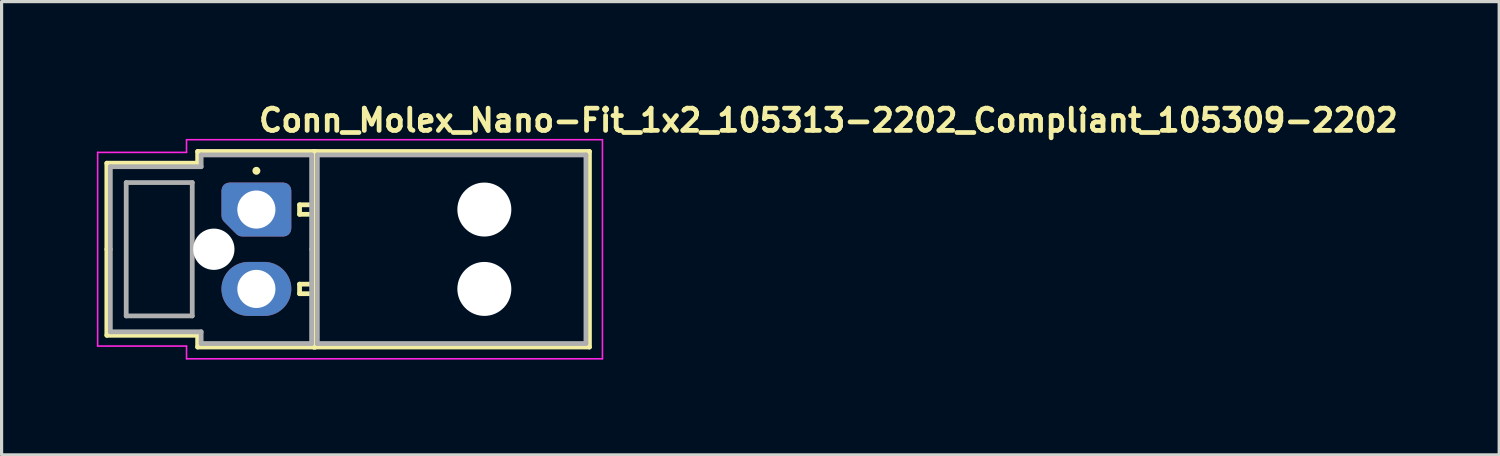
<source format=kicad_pcb>
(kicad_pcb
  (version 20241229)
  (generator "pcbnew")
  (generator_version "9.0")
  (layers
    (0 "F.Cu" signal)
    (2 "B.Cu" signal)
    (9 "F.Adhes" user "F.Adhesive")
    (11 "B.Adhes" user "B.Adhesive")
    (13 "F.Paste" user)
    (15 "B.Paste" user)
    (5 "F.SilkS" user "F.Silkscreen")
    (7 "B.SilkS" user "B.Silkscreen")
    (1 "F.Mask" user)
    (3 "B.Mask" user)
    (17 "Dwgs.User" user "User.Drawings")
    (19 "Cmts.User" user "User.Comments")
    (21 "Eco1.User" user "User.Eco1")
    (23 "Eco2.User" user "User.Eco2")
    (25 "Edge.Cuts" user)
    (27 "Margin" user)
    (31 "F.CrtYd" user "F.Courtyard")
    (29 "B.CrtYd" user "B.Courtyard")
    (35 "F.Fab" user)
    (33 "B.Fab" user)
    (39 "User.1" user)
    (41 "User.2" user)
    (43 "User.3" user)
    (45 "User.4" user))
  (footprint "Conn_Molex_Nano-Fit_1x2_105313-2202_Compliant_105309-2202"
    (layer "F.Cu")
    (at 5.025 3.55)
    (property "Reference" "Conn_Molex_Nano-Fit_1x2_105313-2202_Compliant_105309-2202" (at 0 -2.4 0) (layer "F.SilkS") (effects (font (size 0.7 0.7) (thickness 0.15)) (justify left bottom)))
    (attr through_hole)
    (fp_line (start -4.71 -1.46) (end -4.71 1.25) (stroke (width 0.15) (type solid)) (layer "F.SilkS"))
    (fp_line (start -4.71 3.96) (end -4.71 1.25) (stroke (width 0.15) (type solid)) (layer "F.SilkS"))
    (fp_line (start -1.85 -1.83) (end -1.85 -1.46) (stroke (width 0.15) (type solid)) (layer "F.SilkS"))
    (fp_line (start -1.85 -1.46) (end -4.71 -1.46) (stroke (width 0.15) (type solid)) (layer "F.SilkS"))
    (fp_line (start -1.85 3.96) (end -4.71 3.96) (stroke (width 0.15) (type solid)) (layer "F.SilkS"))
    (fp_line (start -1.85 4.33) (end -1.85 3.96) (stroke (width 0.15) (type solid)) (layer "F.SilkS"))
    (fp_line (start 1.36 -0.15) (end 1.36 0.15) (stroke (width 0.15) (type solid)) (layer "F.SilkS"))
    (fp_line (start 1.36 0.15) (end 1.81 0.15) (stroke (width 0.15) (type solid)) (layer "F.SilkS"))
    (fp_line (start 1.36 2.35) (end 1.36 2.65) (stroke (width 0.15) (type solid)) (layer "F.SilkS"))
    (fp_line (start 1.36 2.65) (end 1.81 2.65) (stroke (width 0.15) (type solid)) (layer "F.SilkS"))
    (fp_line (start 1.81 -1.83) (end 1.81 4.33) (stroke (width 0.15) (type solid)) (layer "F.SilkS"))
    (fp_line (start 1.81 -0.15) (end 1.36 -0.15) (stroke (width 0.15) (type solid)) (layer "F.SilkS"))
    (fp_line (start 1.81 0.15) (end 1.81 -0.15) (stroke (width 0.15) (type solid)) (layer "F.SilkS"))
    (fp_line (start 1.81 2.35) (end 1.36 2.35) (stroke (width 0.15) (type solid)) (layer "F.SilkS"))
    (fp_line (start 1.81 2.65) (end 1.81 2.35) (stroke (width 0.15) (type solid)) (layer "F.SilkS"))
    (fp_line (start 1.81 4.33) (end 10.49 4.33) (stroke (width 0.15) (type solid)) (layer "F.SilkS"))
    (fp_line (start 1.85 -1.83) (end -1.85 -1.83) (stroke (width 0.15) (type solid)) (layer "F.SilkS"))
    (fp_line (start 1.85 1.25) (end 1.85 -1.83) (stroke (width 0.15) (type solid)) (layer "F.SilkS"))
    (fp_line (start 1.85 1.25) (end 1.85 4.33) (stroke (width 0.15) (type solid)) (layer "F.SilkS"))
    (fp_line (start 1.85 4.33) (end -1.85 4.33) (stroke (width 0.15) (type solid)) (layer "F.SilkS"))
    (fp_line (start 10.49 -1.83) (end 1.81 -1.83) (stroke (width 0.15) (type solid)) (layer "F.SilkS"))
    (fp_line (start 10.49 4.33) (end 10.49 -1.83) (stroke (width 0.15) (type solid)) (layer "F.SilkS"))
    (fp_circle (center 0 -1.22) (end 0.05 -1.22) (stroke (width 0.15) (type solid)) (fill yes) (layer "F.SilkS"))
    (fp_line (start -5 4.3) (end -5 -1.8) (stroke (width 0.05) (type solid)) (layer "F.CrtYd"))
    (fp_line (start -2.2 -2.2) (end -2.2 -1.8) (stroke (width 0.05) (type solid)) (layer "F.CrtYd"))
    (fp_line (start -2.2 -1.8) (end -5 -1.8) (stroke (width 0.05) (type solid)) (layer "F.CrtYd"))
    (fp_line (start -2.2 4.3) (end -5 4.3) (stroke (width 0.05) (type solid)) (layer "F.CrtYd"))
    (fp_line (start -2.2 4.7) (end -2.2 4.3) (stroke (width 0.05) (type solid)) (layer "F.CrtYd"))
    (fp_line (start 10.9 -2.2) (end -2.2 -2.2) (stroke (width 0.05) (type solid)) (layer "F.CrtYd"))
    (fp_line (start 10.9 -2.2) (end 10.9 4.7) (stroke (width 0.05) (type solid)) (layer "F.CrtYd"))
    (fp_line (start 10.9 4.7) (end -2.2 4.7) (stroke (width 0.05) (type solid)) (layer "F.CrtYd"))
    (fp_line (start -4.6 -1.35) (end -4.6 1.25) (stroke (width 0.15) (type solid)) (layer "F.Fab"))
    (fp_line (start -4.6 3.85) (end -4.6 1.25) (stroke (width 0.15) (type solid)) (layer "F.Fab"))
    (fp_line (start -4.1 -0.85) (end -4.1 3.35) (stroke (width 0.15) (type solid)) (layer "F.Fab"))
    (fp_line (start -4.1 3.35) (end -2.02 3.35) (stroke (width 0.15) (type solid)) (layer "F.Fab"))
    (fp_line (start -2.02 -0.85) (end -4.1 -0.85) (stroke (width 0.15) (type solid)) (layer "F.Fab"))
    (fp_line (start -2.02 3.35) (end -2.02 -0.85) (stroke (width 0.15) (type solid)) (layer "F.Fab"))
    (fp_line (start -1.74 -1.72) (end -1.74 -1.35) (stroke (width 0.15) (type solid)) (layer "F.Fab"))
    (fp_line (start -1.74 -1.35) (end -4.6 -1.35) (stroke (width 0.15) (type solid)) (layer "F.Fab"))
    (fp_line (start -1.74 3.85) (end -4.6 3.85) (stroke (width 0.15) (type solid)) (layer "F.Fab"))
    (fp_line (start -1.74 4.22) (end -1.74 3.85) (stroke (width 0.15) (type solid)) (layer "F.Fab"))
    (fp_line (start 1.74 -1.72) (end -1.74 -1.72) (stroke (width 0.15) (type solid)) (layer "F.Fab"))
    (fp_line (start 1.74 1.25) (end 1.74 -1.72) (stroke (width 0.15) (type solid)) (layer "F.Fab"))
    (fp_line (start 1.74 1.25) (end 1.74 4.22) (stroke (width 0.15) (type solid)) (layer "F.Fab"))
    (fp_line (start 1.74 4.22) (end -1.74 4.22) (stroke (width 0.15) (type solid)) (layer "F.Fab"))
    (fp_line (start 1.92 -1.72) (end 1.92 4.22) (stroke (width 0.15) (type solid)) (layer "F.Fab"))
    (fp_line (start 1.92 4.22) (end 10.38 4.22) (stroke (width 0.15) (type solid)) (layer "F.Fab"))
    (fp_line (start 10.38 -1.72) (end 1.92 -1.72) (stroke (width 0.15) (type solid)) (layer "F.Fab"))
    (fp_line (start 10.38 4.22) (end 10.38 -1.72) (stroke (width 0.15) (type solid)) (layer "F.Fab"))
    (fp_rect (start 11.84 4.22) (end -0.6 -1.72) (stroke (width 0.1) (type solid)) (fill no) (layer "User.5"))
    (fp_line (start -0.6 2.5) (end -0.598 2.462) (stroke (width 0.02) (type solid)) (layer "User.9"))
    (fp_line (start -0.599 -0.03) (end -0.596 -0.061) (stroke (width 0.02) (type solid)) (layer "User.9"))
    (fp_line (start -0.599 0.001) (end -0.599 -0.03) (stroke (width 0.02) (type solid)) (layer "User.9"))
    (fp_line (start -0.599 0.001) (end -0.599 0.001) (stroke (width 0.02) (type solid)) (layer "User.9"))
    (fp_line (start -0.599 0.031) (end -0.599 0.001) (stroke (width 0.02) (type solid)) (layer "User.9"))
    (fp_line (start -0.598 2.462) (end -0.594 2.423) (stroke (width 0.02) (type solid)) (layer "User.9"))
    (fp_line (start -0.598 2.538) (end -0.6 2.5) (stroke (width 0.02) (type solid)) (layer "User.9"))
    (fp_line (start -0.596 -0.061) (end -0.592 -0.091) (stroke (width 0.02) (type solid)) (layer "User.9"))
    (fp_line (start -0.596 0.062) (end -0.599 0.031) (stroke (width 0.02) (type solid)) (layer "User.9"))
    (fp_line (start -0.594 2.423) (end -0.588 2.385) (stroke (width 0.02) (type solid)) (layer "User.9"))
    (fp_line (start -0.594 2.577) (end -0.598 2.538) (stroke (width 0.02) (type solid)) (layer "User.9"))
    (fp_line (start -0.592 -0.091) (end -0.587 -0.12) (stroke (width 0.02) (type solid)) (layer "User.9"))
    (fp_line (start -0.592 0.092) (end -0.596 0.062) (stroke (width 0.02) (type solid)) (layer "User.9"))
    (fp_line (start -0.588 2.385) (end -0.579 2.346) (stroke (width 0.02) (type solid)) (layer "User.9"))
    (fp_line (start -0.588 2.615) (end -0.594 2.577) (stroke (width 0.02) (type solid)) (layer "User.9"))
    (fp_line (start -0.587 -0.12) (end -0.58 -0.149) (stroke (width 0.02) (type solid)) (layer "User.9"))
    (fp_line (start -0.587 0.121) (end -0.592 0.092) (stroke (width 0.02) (type solid)) (layer "User.9"))
    (fp_line (start -0.58 -0.149) (end -0.572 -0.178) (stroke (width 0.02) (type solid)) (layer "User.9"))
    (fp_line (start -0.58 0.15) (end -0.587 0.121) (stroke (width 0.02) (type solid)) (layer "User.9"))
    (fp_line (start -0.579 2.346) (end -0.568 2.309) (stroke (width 0.02) (type solid)) (layer "User.9"))
    (fp_line (start -0.579 2.654) (end -0.588 2.615) (stroke (width 0.02) (type solid)) (layer "User.9"))
    (fp_line (start -0.572 -0.178) (end -0.563 -0.206) (stroke (width 0.02) (type solid)) (layer "User.9"))
    (fp_line (start -0.572 0.179) (end -0.58 0.15) (stroke (width 0.02) (type solid)) (layer "User.9"))
    (fp_line (start -0.568 2.309) (end -0.554 2.272) (stroke (width 0.02) (type solid)) (layer "User.9"))
    (fp_line (start -0.568 2.691) (end -0.579 2.654) (stroke (width 0.02) (type solid)) (layer "User.9"))
    (fp_line (start -0.563 -0.206) (end -0.552 -0.233) (stroke (width 0.02) (type solid)) (layer "User.9"))
    (fp_line (start -0.563 0.207) (end -0.572 0.179) (stroke (width 0.02) (type solid)) (layer "User.9"))
    (fp_line (start -0.554 2.272) (end -0.538 2.236) (stroke (width 0.02) (type solid)) (layer "User.9"))
    (fp_line (start -0.554 2.728) (end -0.568 2.691) (stroke (width 0.02) (type solid)) (layer "User.9"))
    (fp_line (start -0.552 -0.233) (end -0.54 -0.26) (stroke (width 0.02) (type solid)) (layer "User.9"))
    (fp_line (start -0.552 0.234) (end -0.563 0.207) (stroke (width 0.02) (type solid)) (layer "User.9"))
    (fp_line (start -0.54 -0.26) (end -0.527 -0.285) (stroke (width 0.02) (type solid)) (layer "User.9"))
    (fp_line (start -0.54 0.261) (end -0.552 0.234) (stroke (width 0.02) (type solid)) (layer "User.9"))
    (fp_line (start -0.538 2.236) (end -0.519 2.2) (stroke (width 0.02) (type solid)) (layer "User.9"))
    (fp_line (start -0.538 2.764) (end -0.554 2.728) (stroke (width 0.02) (type solid)) (layer "User.9"))
    (fp_line (start -0.527 -0.285) (end -0.512 -0.311) (stroke (width 0.02) (type solid)) (layer "User.9"))
    (fp_line (start -0.527 0.286) (end -0.54 0.261) (stroke (width 0.02) (type solid)) (layer "User.9"))
    (fp_line (start -0.519 2.2) (end -0.519 2.2) (stroke (width 0.02) (type solid)) (layer "User.9"))
    (fp_line (start -0.519 2.2) (end -0.509 2.183) (stroke (width 0.02) (type solid)) (layer "User.9"))
    (fp_line (start -0.519 2.8) (end -0.538 2.764) (stroke (width 0.02) (type solid)) (layer "User.9"))
    (fp_line (start -0.519 2.8) (end -0.519 2.8) (stroke (width 0.02) (type solid)) (layer "User.9"))
    (fp_line (start -0.512 -0.311) (end -0.497 -0.335) (stroke (width 0.02) (type solid)) (layer "User.9"))
    (fp_line (start -0.512 0.312) (end -0.527 0.286) (stroke (width 0.02) (type solid)) (layer "User.9"))
    (fp_line (start -0.509 2.183) (end -0.498 2.167) (stroke (width 0.02) (type solid)) (layer "User.9"))
    (fp_line (start -0.498 2.167) (end -0.487 2.15) (stroke (width 0.02) (type solid)) (layer "User.9"))
    (fp_line (start -0.498 2.833) (end -0.519 2.8) (stroke (width 0.02) (type solid)) (layer "User.9"))
    (fp_line (start -0.497 -0.335) (end -0.48 -0.358) (stroke (width 0.02) (type solid)) (layer "User.9"))
    (fp_line (start -0.497 0.336) (end -0.512 0.312) (stroke (width 0.02) (type solid)) (layer "User.9"))
    (fp_line (start -0.487 2.15) (end -0.475 2.134) (stroke (width 0.02) (type solid)) (layer "User.9"))
    (fp_line (start -0.48 -0.358) (end -0.462 -0.381) (stroke (width 0.02) (type solid)) (layer "User.9"))
    (fp_line (start -0.48 0.359) (end -0.497 0.336) (stroke (width 0.02) (type solid)) (layer "User.9"))
    (fp_line (start -0.475 2.134) (end -0.463 2.119) (stroke (width 0.02) (type solid)) (layer "User.9"))
    (fp_line (start -0.475 2.866) (end -0.498 2.833) (stroke (width 0.02) (type solid)) (layer "User.9"))
    (fp_line (start -0.463 2.119) (end -0.45 2.104) (stroke (width 0.02) (type solid)) (layer "User.9"))
    (fp_line (start -0.462 -0.381) (end -0.443 -0.403) (stroke (width 0.02) (type solid)) (layer "User.9"))
    (fp_line (start -0.462 0.382) (end -0.48 0.359) (stroke (width 0.02) (type solid)) (layer "User.9"))
    (fp_line (start -0.45 2.104) (end -0.437 2.089) (stroke (width 0.02) (type solid)) (layer "User.9"))
    (fp_line (start -0.45 2.896) (end -0.475 2.866) (stroke (width 0.02) (type solid)) (layer "User.9"))
    (fp_line (start -0.443 -0.403) (end -0.424 -0.424) (stroke (width 0.02) (type solid)) (layer "User.9"))
    (fp_line (start -0.443 0.404) (end -0.462 0.382) (stroke (width 0.02) (type solid)) (layer "User.9"))
    (fp_line (start -0.437 2.089) (end -0.423 2.075) (stroke (width 0.02) (type solid)) (layer "User.9"))
    (fp_line (start -0.424 -0.424) (end -0.403 -0.444) (stroke (width 0.02) (type solid)) (layer "User.9"))
    (fp_line (start -0.424 0.425) (end -0.443 0.404) (stroke (width 0.02) (type solid)) (layer "User.9"))
    (fp_line (start -0.423 2.075) (end -0.409 2.062) (stroke (width 0.02) (type solid)) (layer "User.9"))
    (fp_line (start -0.423 2.925) (end -0.45 2.896) (stroke (width 0.02) (type solid)) (layer "User.9"))
    (fp_line (start -0.409 2.062) (end -0.394 2.049) (stroke (width 0.02) (type solid)) (layer "User.9"))
    (fp_line (start -0.403 -0.444) (end -0.381 -0.462) (stroke (width 0.02) (type solid)) (layer "User.9"))
    (fp_line (start -0.403 0.445) (end -0.424 0.425) (stroke (width 0.02) (type solid)) (layer "User.9"))
    (fp_line (start -0.394 2.049) (end -0.379 2.036) (stroke (width 0.02) (type solid)) (layer "User.9"))
    (fp_line (start -0.394 2.951) (end -0.423 2.925) (stroke (width 0.02) (type solid)) (layer "User.9"))
    (fp_line (start -0.381 -0.462) (end -0.358 -0.48) (stroke (width 0.02) (type solid)) (layer "User.9"))
    (fp_line (start -0.381 0.464) (end -0.403 0.445) (stroke (width 0.02) (type solid)) (layer "User.9"))
    (fp_line (start -0.379 2.036) (end -0.364 2.024) (stroke (width 0.02) (type solid)) (layer "User.9"))
    (fp_line (start -0.364 2.024) (end -0.348 2.012) (stroke (width 0.02) (type solid)) (layer "User.9"))
    (fp_line (start -0.364 2.976) (end -0.394 2.951) (stroke (width 0.02) (type solid)) (layer "User.9"))
    (fp_line (start -0.358 -0.48) (end -0.335 -0.497) (stroke (width 0.02) (type solid)) (layer "User.9"))
    (fp_line (start -0.358 0.481) (end -0.381 0.464) (stroke (width 0.02) (type solid)) (layer "User.9"))
    (fp_line (start -0.348 2.012) (end -0.332 2.001) (stroke (width 0.02) (type solid)) (layer "User.9"))
    (fp_line (start -0.335 -0.497) (end -0.311 -0.513) (stroke (width 0.02) (type solid)) (layer "User.9"))
    (fp_line (start -0.335 0.498) (end -0.358 0.481) (stroke (width 0.02) (type solid)) (layer "User.9"))
    (fp_line (start -0.332 2.001) (end -0.316 1.991) (stroke (width 0.02) (type solid)) (layer "User.9"))
    (fp_line (start -0.332 2.999) (end -0.364 2.976) (stroke (width 0.02) (type solid)) (layer "User.9"))
    (fp_line (start -0.317 -0.317) (end -0.311 -0.317) (stroke (width 0.02) (type solid)) (layer "User.9"))
    (fp_line (start -0.317 0.318) (end -0.317 -0.317) (stroke (width 0.02) (type solid)) (layer "User.9"))
    (fp_line (start -0.317 0.318) (end -0.311 0.318) (stroke (width 0.02) (type solid)) (layer "User.9"))
    (fp_line (start -0.317 2.183) (end -0.311 2.183) (stroke (width 0.02) (type solid)) (layer "User.9"))
    (fp_line (start -0.317 2.817) (end -0.317 2.183) (stroke (width 0.02) (type solid)) (layer "User.9"))
    (fp_line (start -0.317 2.817) (end -0.311 2.817) (stroke (width 0.02) (type solid)) (layer "User.9"))
    (fp_line (start -0.316 1.991) (end -0.3 1.981) (stroke (width 0.02) (type solid)) (layer "User.9"))
    (fp_line (start -0.311 -0.513) (end -0.285 -0.527) (stroke (width 0.02) (type solid)) (layer "User.9"))
    (fp_line (start -0.311 -0.317) (end -0.311 -0.317) (stroke (width 0.02) (type solid)) (layer "User.9"))
    (fp_line (start -0.311 -0.317) (end -0.294 -0.317) (stroke (width 0.02) (type solid)) (layer "User.9"))
    (fp_line (start -0.311 0.318) (end -0.311 0.318) (stroke (width 0.02) (type solid)) (layer "User.9"))
    (fp_line (start -0.311 0.318) (end -0.294 0.318) (stroke (width 0.02) (type solid)) (layer "User.9"))
    (fp_line (start -0.311 0.514) (end -0.335 0.498) (stroke (width 0.02) (type solid)) (layer "User.9"))
    (fp_line (start -0.311 2.183) (end -0.311 2.183) (stroke (width 0.02) (type solid)) (layer "User.9"))
    (fp_line (start -0.311 2.183) (end -0.294 2.183) (stroke (width 0.02) (type solid)) (layer "User.9"))
    (fp_line (start -0.311 2.817) (end -0.311 2.817) (stroke (width 0.02) (type solid)) (layer "User.9"))
    (fp_line (start -0.311 2.817) (end -0.294 2.817) (stroke (width 0.02) (type solid)) (layer "User.9"))
    (fp_line (start -0.3 1.981) (end -0.283 1.971) (stroke (width 0.02) (type solid)) (layer "User.9"))
    (fp_line (start -0.3 3.019) (end -0.332 2.999) (stroke (width 0.02) (type solid)) (layer "User.9"))
    (fp_line (start -0.294 -0.317) (end -0.294 -0.317) (stroke (width 0.02) (type solid)) (layer "User.9"))
    (fp_line (start -0.294 -0.317) (end -0.265 -0.317) (stroke (width 0.02) (type solid)) (layer "User.9"))
    (fp_line (start -0.294 0.318) (end -0.294 0.318) (stroke (width 0.02) (type solid)) (layer "User.9"))
    (fp_line (start -0.294 0.318) (end -0.265 0.318) (stroke (width 0.02) (type solid)) (layer "User.9"))
    (fp_line (start -0.294 2.183) (end -0.294 2.183) (stroke (width 0.02) (type solid)) (layer "User.9"))
    (fp_line (start -0.294 2.183) (end -0.265 2.183) (stroke (width 0.02) (type solid)) (layer "User.9"))
    (fp_line (start -0.294 2.817) (end -0.294 2.817) (stroke (width 0.02) (type solid)) (layer "User.9"))
    (fp_line (start -0.294 2.817) (end -0.265 2.817) (stroke (width 0.02) (type solid)) (layer "User.9"))
    (fp_line (start -0.285 -0.527) (end -0.26 -0.54) (stroke (width 0.02) (type solid)) (layer "User.9"))
    (fp_line (start -0.285 0.528) (end -0.311 0.514) (stroke (width 0.02) (type solid)) (layer "User.9"))
    (fp_line (start -0.283 1.971) (end -0.265 1.963) (stroke (width 0.02) (type solid)) (layer "User.9"))
    (fp_line (start -0.265 -0.317) (end -0.265 -0.317) (stroke (width 0.02) (type solid)) (layer "User.9"))
    (fp_line (start -0.265 -0.317) (end -0.224 -0.317) (stroke (width 0.02) (type solid)) (layer "User.9"))
    (fp_line (start -0.265 0.318) (end -0.265 0.318) (stroke (width 0.02) (type solid)) (layer "User.9"))
    (fp_line (start -0.265 0.318) (end -0.224 0.318) (stroke (width 0.02) (type solid)) (layer "User.9"))
    (fp_line (start -0.265 1.963) (end -0.248 1.954) (stroke (width 0.02) (type solid)) (layer "User.9"))
    (fp_line (start -0.265 2.183) (end -0.265 2.183) (stroke (width 0.02) (type solid)) (layer "User.9"))
    (fp_line (start -0.265 2.183) (end -0.224 2.183) (stroke (width 0.02) (type solid)) (layer "User.9"))
    (fp_line (start -0.265 2.817) (end -0.265 2.817) (stroke (width 0.02) (type solid)) (layer "User.9"))
    (fp_line (start -0.265 2.817) (end -0.224 2.817) (stroke (width 0.02) (type solid)) (layer "User.9"))
    (fp_line (start -0.265 3.037) (end -0.3 3.019) (stroke (width 0.02) (type solid)) (layer "User.9"))
    (fp_line (start -0.26 -0.54) (end -0.233 -0.552) (stroke (width 0.02) (type solid)) (layer "User.9"))
    (fp_line (start -0.26 0.541) (end -0.285 0.528) (stroke (width 0.02) (type solid)) (layer "User.9"))
    (fp_line (start -0.248 1.954) (end -0.23 1.946) (stroke (width 0.02) (type solid)) (layer "User.9"))
    (fp_line (start -0.233 -0.552) (end -0.206 -0.563) (stroke (width 0.02) (type solid)) (layer "User.9"))
    (fp_line (start -0.233 0.553) (end -0.26 0.541) (stroke (width 0.02) (type solid)) (layer "User.9"))
    (fp_line (start -0.23 1.946) (end -0.212 1.939) (stroke (width 0.02) (type solid)) (layer "User.9"))
    (fp_line (start -0.23 3.054) (end -0.265 3.037) (stroke (width 0.02) (type solid)) (layer "User.9"))
    (fp_line (start -0.224 -0.317) (end -0.224 -0.317) (stroke (width 0.02) (type solid)) (layer "User.9"))
    (fp_line (start -0.224 -0.317) (end -0.174 -0.317) (stroke (width 0.02) (type solid)) (layer "User.9"))
    (fp_line (start -0.224 0.318) (end -0.224 0.318) (stroke (width 0.02) (type solid)) (layer "User.9"))
    (fp_line (start -0.224 0.318) (end -0.174 0.318) (stroke (width 0.02) (type solid)) (layer "User.9"))
    (fp_line (start -0.224 2.183) (end -0.224 2.183) (stroke (width 0.02) (type solid)) (layer "User.9"))
    (fp_line (start -0.224 2.183) (end -0.174 2.183) (stroke (width 0.02) (type solid)) (layer "User.9"))
    (fp_line (start -0.224 2.817) (end -0.224 2.817) (stroke (width 0.02) (type solid)) (layer "User.9"))
    (fp_line (start -0.224 2.817) (end -0.174 2.817) (stroke (width 0.02) (type solid)) (layer "User.9"))
    (fp_line (start -0.212 1.939) (end -0.193 1.933) (stroke (width 0.02) (type solid)) (layer "User.9"))
    (fp_line (start -0.206 -0.563) (end -0.178 -0.572) (stroke (width 0.02) (type solid)) (layer "User.9"))
    (fp_line (start -0.206 0.564) (end -0.233 0.553) (stroke (width 0.02) (type solid)) (layer "User.9"))
    (fp_line (start -0.193 1.933) (end -0.175 1.927) (stroke (width 0.02) (type solid)) (layer "User.9"))
    (fp_line (start -0.193 3.067) (end -0.23 3.054) (stroke (width 0.02) (type solid)) (layer "User.9"))
    (fp_line (start -0.178 -0.572) (end -0.149 -0.581) (stroke (width 0.02) (type solid)) (layer "User.9"))
    (fp_line (start -0.178 0.573) (end -0.206 0.564) (stroke (width 0.02) (type solid)) (layer "User.9"))
    (fp_line (start -0.175 1.927) (end -0.156 1.921) (stroke (width 0.02) (type solid)) (layer "User.9"))
    (fp_line (start -0.174 -0.317) (end -0.174 -0.317) (stroke (width 0.02) (type solid)) (layer "User.9"))
    (fp_line (start -0.174 -0.317) (end -0.113 -0.317) (stroke (width 0.02) (type solid)) (layer "User.9"))
    (fp_line (start -0.174 0.318) (end -0.174 0.318) (stroke (width 0.02) (type solid)) (layer "User.9"))
    (fp_line (start -0.174 0.318) (end -0.113 0.318) (stroke (width 0.02) (type solid)) (layer "User.9"))
    (fp_line (start -0.174 2.183) (end -0.174 2.183) (stroke (width 0.02) (type solid)) (layer "User.9"))
    (fp_line (start -0.174 2.183) (end -0.113 2.183) (stroke (width 0.02) (type solid)) (layer "User.9"))
    (fp_line (start -0.174 2.817) (end -0.174 2.817) (stroke (width 0.02) (type solid)) (layer "User.9"))
    (fp_line (start -0.174 2.817) (end -0.113 2.817) (stroke (width 0.02) (type solid)) (layer "User.9"))
    (fp_line (start -0.156 1.921) (end -0.137 1.916) (stroke (width 0.02) (type solid)) (layer "User.9"))
    (fp_line (start -0.156 3.079) (end -0.193 3.067) (stroke (width 0.02) (type solid)) (layer "User.9"))
    (fp_line (start -0.149 -0.581) (end -0.12 -0.587) (stroke (width 0.02) (type solid)) (layer "User.9"))
    (fp_line (start -0.149 0.582) (end -0.178 0.573) (stroke (width 0.02) (type solid)) (layer "User.9"))
    (fp_line (start -0.137 1.916) (end -0.118 1.912) (stroke (width 0.02) (type solid)) (layer "User.9"))
    (fp_line (start -0.12 -0.587) (end -0.091 -0.593) (stroke (width 0.02) (type solid)) (layer "User.9"))
    (fp_line (start -0.12 0.588) (end -0.149 0.582) (stroke (width 0.02) (type solid)) (layer "User.9"))
    (fp_line (start -0.118 1.912) (end -0.099 1.909) (stroke (width 0.02) (type solid)) (layer "User.9"))
    (fp_line (start -0.118 3.088) (end -0.156 3.079) (stroke (width 0.02) (type solid)) (layer "User.9"))
    (fp_line (start -0.113 -0.317) (end -0.113 -0.317) (stroke (width 0.02) (type solid)) (layer "User.9"))
    (fp_line (start -0.113 -0.317) (end -0.043 -0.317) (stroke (width 0.02) (type solid)) (layer "User.9"))
    (fp_line (start -0.113 0.318) (end -0.113 0.318) (stroke (width 0.02) (type solid)) (layer "User.9"))
    (fp_line (start -0.113 0.318) (end -0.043 0.318) (stroke (width 0.02) (type solid)) (layer "User.9"))
    (fp_line (start -0.113 2.183) (end -0.113 2.183) (stroke (width 0.02) (type solid)) (layer "User.9"))
    (fp_line (start -0.113 2.183) (end -0.043 2.183) (stroke (width 0.02) (type solid)) (layer "User.9"))
    (fp_line (start -0.113 2.817) (end -0.113 2.817) (stroke (width 0.02) (type solid)) (layer "User.9"))
    (fp_line (start -0.113 2.817) (end -0.043 2.817) (stroke (width 0.02) (type solid)) (layer "User.9"))
    (fp_line (start -0.099 1.909) (end -0.079 1.906) (stroke (width 0.02) (type solid)) (layer "User.9"))
    (fp_line (start -0.091 -0.593) (end -0.061 -0.596) (stroke (width 0.02) (type solid)) (layer "User.9"))
    (fp_line (start -0.091 0.594) (end -0.12 0.588) (stroke (width 0.02) (type solid)) (layer "User.9"))
    (fp_line (start -0.079 1.906) (end -0.059 1.903) (stroke (width 0.02) (type solid)) (layer "User.9"))
    (fp_line (start -0.079 3.094) (end -0.118 3.088) (stroke (width 0.02) (type solid)) (layer "User.9"))
    (fp_line (start -0.061 -0.596) (end -0.03 -0.599) (stroke (width 0.02) (type solid)) (layer "User.9"))
    (fp_line (start -0.061 0.597) (end -0.091 0.594) (stroke (width 0.02) (type solid)) (layer "User.9"))
    (fp_line (start -0.059 1.903) (end -0.039 1.902) (stroke (width 0.02) (type solid)) (layer "User.9"))
    (fp_line (start -0.043 -0.317) (end -0.043 -0.317) (stroke (width 0.02) (type solid)) (layer "User.9"))
    (fp_line (start -0.043 -0.317) (end 0.618 -0.317) (stroke (width 0.02) (type solid)) (layer "User.9"))
    (fp_line (start -0.043 0.318) (end -0.043 0.318) (stroke (width 0.02) (type solid)) (layer "User.9"))
    (fp_line (start -0.043 0.318) (end 0.618 0.318) (stroke (width 0.02) (type solid)) (layer "User.9"))
    (fp_line (start -0.043 2.183) (end -0.043 2.183) (stroke (width 0.02) (type solid)) (layer "User.9"))
    (fp_line (start -0.043 2.183) (end 0.618 2.183) (stroke (width 0.02) (type solid)) (layer "User.9"))
    (fp_line (start -0.043 2.817) (end -0.043 2.817) (stroke (width 0.02) (type solid)) (layer "User.9"))
    (fp_line (start -0.043 2.817) (end 0.618 2.817) (stroke (width 0.02) (type solid)) (layer "User.9"))
    (fp_line (start -0.039 1.902) (end -0.02 1.901) (stroke (width 0.02) (type solid)) (layer "User.9"))
    (fp_line (start -0.039 3.098) (end -0.079 3.094) (stroke (width 0.02) (type solid)) (layer "User.9"))
    (fp_line (start -0.03 -0.599) (end 0 -0.6) (stroke (width 0.02) (type solid)) (layer "User.9"))
    (fp_line (start -0.03 0.6) (end -0.061 0.597) (stroke (width 0.02) (type solid)) (layer "User.9"))
    (fp_line (start -0.02 1.901) (end 0 1.9) (stroke (width 0.02) (type solid)) (layer "User.9"))
    (fp_line (start 0 -0.6) (end 0.039 -0.598) (stroke (width 0.02) (type solid)) (layer "User.9"))
    (fp_line (start 0 0.601) (end -0.03 0.6) (stroke (width 0.02) (type solid)) (layer "User.9"))
    (fp_line (start 0 1.9) (end 0.039 1.902) (stroke (width 0.02) (type solid)) (layer "User.9"))
    (fp_line (start 0 3.1) (end -0.039 3.098) (stroke (width 0.02) (type solid)) (layer "User.9"))
    (fp_line (start 0.02 0.6) (end 0 0.601) (stroke (width 0.02) (type solid)) (layer "User.9"))
    (fp_line (start 0.02 3.099) (end 0 3.1) (stroke (width 0.02) (type solid)) (layer "User.9"))
    (fp_line (start 0.039 -0.598) (end 0.077 -0.595) (stroke (width 0.02) (type solid)) (layer "User.9"))
    (fp_line (start 0.039 0.599) (end 0.02 0.6) (stroke (width 0.02) (type solid)) (layer "User.9"))
    (fp_line (start 0.039 1.902) (end 0.077 1.905) (stroke (width 0.02) (type solid)) (layer "User.9"))
    (fp_line (start 0.039 3.098) (end 0.02 3.099) (stroke (width 0.02) (type solid)) (layer "User.9"))
    (fp_line (start 0.058 0.598) (end 0.039 0.599) (stroke (width 0.02) (type solid)) (layer "User.9"))
    (fp_line (start 0.058 3.097) (end 0.039 3.098) (stroke (width 0.02) (type solid)) (layer "User.9"))
    (fp_line (start 0.077 -0.595) (end 0.115 -0.588) (stroke (width 0.02) (type solid)) (layer "User.9"))
    (fp_line (start 0.077 0.596) (end 0.058 0.598) (stroke (width 0.02) (type solid)) (layer "User.9"))
    (fp_line (start 0.077 1.905) (end 0.115 1.912) (stroke (width 0.02) (type solid)) (layer "User.9"))
    (fp_line (start 0.077 3.095) (end 0.058 3.097) (stroke (width 0.02) (type solid)) (layer "User.9"))
    (fp_line (start 0.096 0.593) (end 0.077 0.596) (stroke (width 0.02) (type solid)) (layer "User.9"))
    (fp_line (start 0.096 3.092) (end 0.077 3.095) (stroke (width 0.02) (type solid)) (layer "User.9"))
    (fp_line (start 0.115 -0.588) (end 0.152 -0.58) (stroke (width 0.02) (type solid)) (layer "User.9"))
    (fp_line (start 0.115 0.589) (end 0.096 0.593) (stroke (width 0.02) (type solid)) (layer "User.9"))
    (fp_line (start 0.115 1.912) (end 0.152 1.92) (stroke (width 0.02) (type solid)) (layer "User.9"))
    (fp_line (start 0.115 3.088) (end 0.096 3.092) (stroke (width 0.02) (type solid)) (layer "User.9"))
    (fp_line (start 0.152 -0.58) (end 0.188 -0.569) (stroke (width 0.02) (type solid)) (layer "User.9"))
    (fp_line (start 0.152 0.581) (end 0.115 0.589) (stroke (width 0.02) (type solid)) (layer "User.9"))
    (fp_line (start 0.152 1.92) (end 0.188 1.931) (stroke (width 0.02) (type solid)) (layer "User.9"))
    (fp_line (start 0.152 3.08) (end 0.115 3.088) (stroke (width 0.02) (type solid)) (layer "User.9"))
    (fp_line (start 0.188 -0.569) (end 0.224 -0.556) (stroke (width 0.02) (type solid)) (layer "User.9"))
    (fp_line (start 0.188 0.57) (end 0.152 0.581) (stroke (width 0.02) (type solid)) (layer "User.9"))
    (fp_line (start 0.188 1.931) (end 0.224 1.944) (stroke (width 0.02) (type solid)) (layer "User.9"))
    (fp_line (start 0.188 3.069) (end 0.152 3.08) (stroke (width 0.02) (type solid)) (layer "User.9"))
    (fp_line (start 0.224 -0.556) (end 0.258 -0.541) (stroke (width 0.02) (type solid)) (layer "User.9"))
    (fp_line (start 0.224 0.557) (end 0.188 0.57) (stroke (width 0.02) (type solid)) (layer "User.9"))
    (fp_line (start 0.224 1.944) (end 0.258 1.959) (stroke (width 0.02) (type solid)) (layer "User.9"))
    (fp_line (start 0.224 3.056) (end 0.188 3.069) (stroke (width 0.02) (type solid)) (layer "User.9"))
    (fp_line (start 0.258 -0.541) (end 0.292 -0.524) (stroke (width 0.02) (type solid)) (layer "User.9"))
    (fp_line (start 0.258 0.542) (end 0.224 0.557) (stroke (width 0.02) (type solid)) (layer "User.9"))
    (fp_line (start 0.258 1.959) (end 0.292 1.976) (stroke (width 0.02) (type solid)) (layer "User.9"))
    (fp_line (start 0.258 3.041) (end 0.224 3.056) (stroke (width 0.02) (type solid)) (layer "User.9"))
    (fp_line (start 0.292 -0.524) (end 0.324 -0.505) (stroke (width 0.02) (type solid)) (layer "User.9"))
    (fp_line (start 0.292 0.525) (end 0.258 0.542) (stroke (width 0.02) (type solid)) (layer "User.9"))
    (fp_line (start 0.292 1.976) (end 0.324 1.995) (stroke (width 0.02) (type solid)) (layer "User.9"))
    (fp_line (start 0.292 3.024) (end 0.258 3.041) (stroke (width 0.02) (type solid)) (layer "User.9"))
    (fp_line (start 0.324 -0.505) (end 0.355 -0.484) (stroke (width 0.02) (type solid)) (layer "User.9"))
    (fp_line (start 0.324 0.506) (end 0.292 0.525) (stroke (width 0.02) (type solid)) (layer "User.9"))
    (fp_line (start 0.324 1.995) (end 0.355 2.016) (stroke (width 0.02) (type solid)) (layer "User.9"))
    (fp_line (start 0.324 3.005) (end 0.292 3.024) (stroke (width 0.02) (type solid)) (layer "User.9"))
    (fp_line (start 0.355 -0.484) (end 0.385 -0.46) (stroke (width 0.02) (type solid)) (layer "User.9"))
    (fp_line (start 0.355 0.485) (end 0.324 0.506) (stroke (width 0.02) (type solid)) (layer "User.9"))
    (fp_line (start 0.355 2.016) (end 0.385 2.04) (stroke (width 0.02) (type solid)) (layer "User.9"))
    (fp_line (start 0.355 2.984) (end 0.324 3.005) (stroke (width 0.02) (type solid)) (layer "User.9"))
    (fp_line (start 0.385 -0.46) (end 0.413 -0.435) (stroke (width 0.02) (type solid)) (layer "User.9"))
    (fp_line (start 0.385 0.461) (end 0.355 0.485) (stroke (width 0.02) (type solid)) (layer "User.9"))
    (fp_line (start 0.385 2.04) (end 0.413 2.065) (stroke (width 0.02) (type solid)) (layer "User.9"))
    (fp_line (start 0.385 2.96) (end 0.355 2.984) (stroke (width 0.02) (type solid)) (layer "User.9"))
    (fp_line (start 0.413 -0.435) (end 0.44 -0.408) (stroke (width 0.02) (type solid)) (layer "User.9"))
    (fp_line (start 0.413 0.436) (end 0.385 0.461) (stroke (width 0.02) (type solid)) (layer "User.9"))
    (fp_line (start 0.413 2.065) (end 0.44 2.092) (stroke (width 0.02) (type solid)) (layer "User.9"))
    (fp_line (start 0.413 2.935) (end 0.385 2.96) (stroke (width 0.02) (type solid)) (layer "User.9"))
    (fp_line (start 0.44 -0.408) (end 0.465 -0.38) (stroke (width 0.02) (type solid)) (layer "User.9"))
    (fp_line (start 0.44 0.409) (end 0.413 0.436) (stroke (width 0.02) (type solid)) (layer "User.9"))
    (fp_line (start 0.44 2.092) (end 0.465 2.12) (stroke (width 0.02) (type solid)) (layer "User.9"))
    (fp_line (start 0.44 2.908) (end 0.413 2.935) (stroke (width 0.02) (type solid)) (layer "User.9"))
    (fp_line (start 0.452 0.395) (end 0.44 0.409) (stroke (width 0.02) (type solid)) (layer "User.9"))
    (fp_line (start 0.452 2.894) (end 0.44 2.908) (stroke (width 0.02) (type solid)) (layer "User.9"))
    (fp_line (start 0.465 -0.38) (end 0.488 -0.349) (stroke (width 0.02) (type solid)) (layer "User.9"))
    (fp_line (start 0.465 0.381) (end 0.452 0.395) (stroke (width 0.02) (type solid)) (layer "User.9"))
    (fp_line (start 0.465 2.12) (end 0.488 2.151) (stroke (width 0.02) (type solid)) (layer "User.9"))
    (fp_line (start 0.465 2.88) (end 0.452 2.894) (stroke (width 0.02) (type solid)) (layer "User.9"))
    (fp_line (start 0.477 0.366) (end 0.465 0.381) (stroke (width 0.02) (type solid)) (layer "User.9"))
    (fp_line (start 0.477 2.865) (end 0.465 2.88) (stroke (width 0.02) (type solid)) (layer "User.9"))
    (fp_line (start 0.488 -0.349) (end 0.51 -0.317) (stroke (width 0.02) (type solid)) (layer "User.9"))
    (fp_line (start 0.488 0.35) (end 0.477 0.366) (stroke (width 0.02) (type solid)) (layer "User.9"))
    (fp_line (start 0.488 2.151) (end 0.51 2.183) (stroke (width 0.02) (type solid)) (layer "User.9"))
    (fp_line (start 0.488 2.849) (end 0.477 2.865) (stroke (width 0.02) (type solid)) (layer "User.9"))
    (fp_line (start 0.499 0.334) (end 0.488 0.35) (stroke (width 0.02) (type solid)) (layer "User.9"))
    (fp_line (start 0.499 2.833) (end 0.488 2.849) (stroke (width 0.02) (type solid)) (layer "User.9"))
    (fp_line (start 0.51 0.318) (end 0.499 0.334) (stroke (width 0.02) (type solid)) (layer "User.9"))
    (fp_line (start 0.51 2.817) (end 0.499 2.833) (stroke (width 0.02) (type solid)) (layer "User.9"))
    (fp_line (start 0.618 -0.317) (end 1.92 -0.317) (stroke (width 0.02) (type solid)) (layer "User.9"))
    (fp_line (start 0.618 0.318) (end 1.92 0.318) (stroke (width 0.02) (type solid)) (layer "User.9"))
    (fp_line (start 0.618 2.183) (end 1.92 2.183) (stroke (width 0.02) (type solid)) (layer "User.9"))
    (fp_line (start 0.618 2.817) (end 1.92 2.817) (stroke (width 0.02) (type solid)) (layer "User.9"))
    (fp_line (start 1.92 -1.72) (end 1.92 4.22) (stroke (width 0.02) (type solid)) (layer "User.9"))
    (fp_line (start 1.92 4.22) (end 10.38 4.22) (stroke (width 0.02) (type solid)) (layer "User.9"))
    (fp_line (start 5.38 0.1) (end 5.38 -1.1) (stroke (width 0.02) (type solid)) (layer "User.9"))
    (fp_line (start 5.38 0.1) (end 5.38 2.4) (stroke (width 0.02) (type solid)) (layer "User.9"))
    (fp_line (start 5.38 0.1) (end 5.63 0.1) (stroke (width 0.02) (type solid)) (layer "User.9"))
    (fp_line (start 5.38 2.4) (end 5.63 2.4) (stroke (width 0.02) (type solid)) (layer "User.9"))
    (fp_line (start 5.38 3.6) (end 5.38 2.4) (stroke (width 0.02) (type solid)) (layer "User.9"))
    (fp_line (start 5.381 -1.112) (end 5.38 -1.1) (stroke (width 0.02) (type solid)) (layer "User.9"))
    (fp_line (start 5.381 3.612) (end 5.38 3.6) (stroke (width 0.02) (type solid)) (layer "User.9"))
    (fp_line (start 5.381 3.612) (end 5.38 3.6) (stroke (width 0.02) (type solid)) (layer "User.9"))
    (fp_line (start 5.382 -1.124) (end 5.381 -1.112) (stroke (width 0.02) (type solid)) (layer "User.9"))
    (fp_line (start 5.382 3.624) (end 5.381 3.612) (stroke (width 0.02) (type solid)) (layer "User.9"))
    (fp_line (start 5.382 3.624) (end 5.381 3.612) (stroke (width 0.02) (type solid)) (layer "User.9"))
    (fp_line (start 5.383 -1.136) (end 5.382 -1.124) (stroke (width 0.02) (type solid)) (layer "User.9"))
    (fp_line (start 5.383 3.636) (end 5.382 3.624) (stroke (width 0.02) (type solid)) (layer "User.9"))
    (fp_line (start 5.383 3.636) (end 5.382 3.624) (stroke (width 0.02) (type solid)) (layer "User.9"))
    (fp_line (start 5.385 -1.149) (end 5.383 -1.136) (stroke (width 0.02) (type solid)) (layer "User.9"))
    (fp_line (start 5.385 3.649) (end 5.383 3.636) (stroke (width 0.02) (type solid)) (layer "User.9"))
    (fp_line (start 5.385 3.649) (end 5.383 3.636) (stroke (width 0.02) (type solid)) (layer "User.9"))
    (fp_line (start 5.388 -1.16) (end 5.385 -1.149) (stroke (width 0.02) (type solid)) (layer "User.9"))
    (fp_line (start 5.388 3.66) (end 5.385 3.649) (stroke (width 0.02) (type solid)) (layer "User.9"))
    (fp_line (start 5.388 3.66) (end 5.385 3.649) (stroke (width 0.02) (type solid)) (layer "User.9"))
    (fp_line (start 5.391 -1.172) (end 5.388 -1.16) (stroke (width 0.02) (type solid)) (layer "User.9"))
    (fp_line (start 5.391 3.672) (end 5.388 3.66) (stroke (width 0.02) (type solid)) (layer "User.9"))
    (fp_line (start 5.391 3.672) (end 5.388 3.66) (stroke (width 0.02) (type solid)) (layer "User.9"))
    (fp_line (start 5.395 -1.184) (end 5.391 -1.172) (stroke (width 0.02) (type solid)) (layer "User.9"))
    (fp_line (start 5.395 3.684) (end 5.391 3.672) (stroke (width 0.02) (type solid)) (layer "User.9"))
    (fp_line (start 5.395 3.684) (end 5.391 3.672) (stroke (width 0.02) (type solid)) (layer "User.9"))
    (fp_line (start 5.4 -1.195) (end 5.395 -1.184) (stroke (width 0.02) (type solid)) (layer "User.9"))
    (fp_line (start 5.4 3.695) (end 5.395 3.684) (stroke (width 0.02) (type solid)) (layer "User.9"))
    (fp_line (start 5.4 3.695) (end 5.395 3.684) (stroke (width 0.02) (type solid)) (layer "User.9"))
    (fp_line (start 5.404 -1.206) (end 5.4 -1.195) (stroke (width 0.02) (type solid)) (layer "User.9"))
    (fp_line (start 5.404 3.706) (end 5.4 3.695) (stroke (width 0.02) (type solid)) (layer "User.9"))
    (fp_line (start 5.404 3.706) (end 5.4 3.695) (stroke (width 0.02) (type solid)) (layer "User.9"))
    (fp_line (start 5.41 -1.217) (end 5.404 -1.206) (stroke (width 0.02) (type solid)) (layer "User.9"))
    (fp_line (start 5.41 3.717) (end 5.404 3.706) (stroke (width 0.02) (type solid)) (layer "User.9"))
    (fp_line (start 5.41 3.717) (end 5.404 3.706) (stroke (width 0.02) (type solid)) (layer "User.9"))
    (fp_line (start 5.416 -1.228) (end 5.41 -1.217) (stroke (width 0.02) (type solid)) (layer "User.9"))
    (fp_line (start 5.416 3.728) (end 5.41 3.717) (stroke (width 0.02) (type solid)) (layer "User.9"))
    (fp_line (start 5.416 3.728) (end 5.41 3.717) (stroke (width 0.02) (type solid)) (layer "User.9"))
    (fp_line (start 5.423 -1.238) (end 5.416 -1.228) (stroke (width 0.02) (type solid)) (layer "User.9"))
    (fp_line (start 5.423 3.738) (end 5.416 3.728) (stroke (width 0.02) (type solid)) (layer "User.9"))
    (fp_line (start 5.423 3.738) (end 5.416 3.728) (stroke (width 0.02) (type solid)) (layer "User.9"))
    (fp_line (start 5.43 -1.248) (end 5.423 -1.238) (stroke (width 0.02) (type solid)) (layer "User.9"))
    (fp_line (start 5.43 3.748) (end 5.423 3.738) (stroke (width 0.02) (type solid)) (layer "User.9"))
    (fp_line (start 5.43 3.748) (end 5.423 3.738) (stroke (width 0.02) (type solid)) (layer "User.9"))
    (fp_line (start 5.437 -1.258) (end 5.43 -1.248) (stroke (width 0.02) (type solid)) (layer "User.9"))
    (fp_line (start 5.437 3.758) (end 5.43 3.748) (stroke (width 0.02) (type solid)) (layer "User.9"))
    (fp_line (start 5.437 3.758) (end 5.43 3.748) (stroke (width 0.02) (type solid)) (layer "User.9"))
    (fp_line (start 5.445 -1.267) (end 5.437 -1.258) (stroke (width 0.02) (type solid)) (layer "User.9"))
    (fp_line (start 5.445 3.767) (end 5.437 3.758) (stroke (width 0.02) (type solid)) (layer "User.9"))
    (fp_line (start 5.445 3.767) (end 5.437 3.758) (stroke (width 0.02) (type solid)) (layer "User.9"))
    (fp_line (start 5.454 -1.276) (end 5.445 -1.267) (stroke (width 0.02) (type solid)) (layer "User.9"))
    (fp_line (start 5.454 -1.276) (end 5.454 -1.276) (stroke (width 0.02) (type solid)) (layer "User.9"))
    (fp_line (start 5.454 3.776) (end 5.445 3.767) (stroke (width 0.02) (type solid)) (layer "User.9"))
    (fp_line (start 5.454 3.776) (end 5.445 3.767) (stroke (width 0.02) (type solid)) (layer "User.9"))
    (fp_line (start 5.454 3.776) (end 5.454 3.776) (stroke (width 0.02) (type solid)) (layer "User.9"))
    (fp_line (start 5.454 3.776) (end 5.454 3.776) (stroke (width 0.02) (type solid)) (layer "User.9"))
    (fp_line (start 5.463 -1.285) (end 5.454 -1.276) (stroke (width 0.02) (type solid)) (layer "User.9"))
    (fp_line (start 5.463 3.785) (end 5.454 3.776) (stroke (width 0.02) (type solid)) (layer "User.9"))
    (fp_line (start 5.463 3.785) (end 5.454 3.776) (stroke (width 0.02) (type solid)) (layer "User.9"))
    (fp_line (start 5.472 -1.293) (end 5.463 -1.285) (stroke (width 0.02) (type solid)) (layer "User.9"))
    (fp_line (start 5.472 3.793) (end 5.463 3.785) (stroke (width 0.02) (type solid)) (layer "User.9"))
    (fp_line (start 5.472 3.793) (end 5.463 3.785) (stroke (width 0.02) (type solid)) (layer "User.9"))
    (fp_line (start 5.482 -1.3) (end 5.472 -1.293) (stroke (width 0.02) (type solid)) (layer "User.9"))
    (fp_line (start 5.482 3.8) (end 5.472 3.793) (stroke (width 0.02) (type solid)) (layer "User.9"))
    (fp_line (start 5.482 3.8) (end 5.472 3.793) (stroke (width 0.02) (type solid)) (layer "User.9"))
    (fp_line (start 5.492 -1.307) (end 5.482 -1.3) (stroke (width 0.02) (type solid)) (layer "User.9"))
    (fp_line (start 5.492 3.807) (end 5.482 3.8) (stroke (width 0.02) (type solid)) (layer "User.9"))
    (fp_line (start 5.492 3.807) (end 5.482 3.8) (stroke (width 0.02) (type solid)) (layer "User.9"))
    (fp_line (start 5.502 -1.314) (end 5.492 -1.307) (stroke (width 0.02) (type solid)) (layer "User.9"))
    (fp_line (start 5.502 3.814) (end 5.492 3.807) (stroke (width 0.02) (type solid)) (layer "User.9"))
    (fp_line (start 5.502 3.814) (end 5.492 3.807) (stroke (width 0.02) (type solid)) (layer "User.9"))
    (fp_line (start 5.513 -1.32) (end 5.502 -1.314) (stroke (width 0.02) (type solid)) (layer "User.9"))
    (fp_line (start 5.513 3.82) (end 5.502 3.814) (stroke (width 0.02) (type solid)) (layer "User.9"))
    (fp_line (start 5.513 3.82) (end 5.502 3.814) (stroke (width 0.02) (type solid)) (layer "User.9"))
    (fp_line (start 5.524 -1.326) (end 5.513 -1.32) (stroke (width 0.02) (type solid)) (layer "User.9"))
    (fp_line (start 5.524 3.826) (end 5.513 3.82) (stroke (width 0.02) (type solid)) (layer "User.9"))
    (fp_line (start 5.524 3.826) (end 5.513 3.82) (stroke (width 0.02) (type solid)) (layer "User.9"))
    (fp_line (start 5.535 -1.33) (end 5.524 -1.326) (stroke (width 0.02) (type solid)) (layer "User.9"))
    (fp_line (start 5.535 3.83) (end 5.524 3.826) (stroke (width 0.02) (type solid)) (layer "User.9"))
    (fp_line (start 5.535 3.83) (end 5.524 3.826) (stroke (width 0.02) (type solid)) (layer "User.9"))
    (fp_line (start 5.546 -1.335) (end 5.535 -1.33) (stroke (width 0.02) (type solid)) (layer "User.9"))
    (fp_line (start 5.546 3.835) (end 5.535 3.83) (stroke (width 0.02) (type solid)) (layer "User.9"))
    (fp_line (start 5.546 3.835) (end 5.535 3.83) (stroke (width 0.02) (type solid)) (layer "User.9"))
    (fp_line (start 5.558 -1.339) (end 5.546 -1.335) (stroke (width 0.02) (type solid)) (layer "User.9"))
    (fp_line (start 5.558 3.839) (end 5.546 3.835) (stroke (width 0.02) (type solid)) (layer "User.9"))
    (fp_line (start 5.558 3.839) (end 5.546 3.835) (stroke (width 0.02) (type solid)) (layer "User.9"))
    (fp_line (start 5.57 -1.342) (end 5.558 -1.339) (stroke (width 0.02) (type solid)) (layer "User.9"))
    (fp_line (start 5.57 3.842) (end 5.558 3.839) (stroke (width 0.02) (type solid)) (layer "User.9"))
    (fp_line (start 5.57 3.842) (end 5.558 3.839) (stroke (width 0.02) (type solid)) (layer "User.9"))
    (fp_line (start 5.581 -1.345) (end 5.57 -1.342) (stroke (width 0.02) (type solid)) (layer "User.9"))
    (fp_line (start 5.581 3.845) (end 5.57 3.842) (stroke (width 0.02) (type solid)) (layer "User.9"))
    (fp_line (start 5.581 3.845) (end 5.57 3.842) (stroke (width 0.02) (type solid)) (layer "User.9"))
    (fp_line (start 5.594 -1.347) (end 5.581 -1.345) (stroke (width 0.02) (type solid)) (layer "User.9"))
    (fp_line (start 5.594 3.847) (end 5.581 3.845) (stroke (width 0.02) (type solid)) (layer "User.9"))
    (fp_line (start 5.594 3.847) (end 5.581 3.845) (stroke (width 0.02) (type solid)) (layer "User.9"))
    (fp_line (start 5.606 -1.348) (end 5.594 -1.347) (stroke (width 0.02) (type solid)) (layer "User.9"))
    (fp_line (start 5.606 3.848) (end 5.594 3.847) (stroke (width 0.02) (type solid)) (layer "User.9"))
    (fp_line (start 5.606 3.848) (end 5.594 3.847) (stroke (width 0.02) (type solid)) (layer "User.9"))
    (fp_line (start 5.618 -1.349) (end 5.606 -1.348) (stroke (width 0.02) (type solid)) (layer "User.9"))
    (fp_line (start 5.618 3.849) (end 5.606 3.848) (stroke (width 0.02) (type solid)) (layer "User.9"))
    (fp_line (start 5.618 3.849) (end 5.606 3.848) (stroke (width 0.02) (type solid)) (layer "User.9"))
    (fp_line (start 5.63 -1.35) (end 5.618 -1.349) (stroke (width 0.02) (type solid)) (layer "User.9"))
    (fp_line (start 5.63 -1.35) (end 5.63 -1.1) (stroke (width 0.02) (type solid)) (layer "User.9"))
    (fp_line (start 5.63 -1.35) (end 11.84 -1.35) (stroke (width 0.02) (type solid)) (layer "User.9"))
    (fp_line (start 5.63 0.1) (end 10.24 0.1) (stroke (width 0.02) (type solid)) (layer "User.9"))
    (fp_line (start 5.63 2.4) (end 10.24 2.4) (stroke (width 0.02) (type solid)) (layer "User.9"))
    (fp_line (start 5.63 3.85) (end 5.618 3.849) (stroke (width 0.02) (type solid)) (layer "User.9"))
    (fp_line (start 5.63 3.85) (end 5.618 3.849) (stroke (width 0.02) (type solid)) (layer "User.9"))
    (fp_line (start 5.63 3.85) (end 5.63 3.6) (stroke (width 0.02) (type solid)) (layer "User.9"))
    (fp_line (start 5.84 0.1) (end 5.84 2.4) (stroke (width 0.02) (type solid)) (layer "User.9"))
    (fp_line (start 10.24 2.4) (end 10.255 2.4) (stroke (width 0.02) (type solid)) (layer "User.9"))
    (fp_line (start 10.255 0.101) (end 10.24 0.1) (stroke (width 0.02) (type solid)) (layer "User.9"))
    (fp_line (start 10.255 2.4) (end 10.27 2.399) (stroke (width 0.02) (type solid)) (layer "User.9"))
    (fp_line (start 10.27 0.102) (end 10.255 0.101) (stroke (width 0.02) (type solid)) (layer "User.9"))
    (fp_line (start 10.27 2.399) (end 10.285 2.397) (stroke (width 0.02) (type solid)) (layer "User.9"))
    (fp_line (start 10.285 0.104) (end 10.27 0.102) (stroke (width 0.02) (type solid)) (layer "User.9"))
    (fp_line (start 10.285 2.397) (end 10.3 2.395) (stroke (width 0.02) (type solid)) (layer "User.9"))
    (fp_line (start 10.3 0.106) (end 10.285 0.104) (stroke (width 0.02) (type solid)) (layer "User.9"))
    (fp_line (start 10.3 2.395) (end 10.314 2.391) (stroke (width 0.02) (type solid)) (layer "User.9"))
    (fp_line (start 10.314 0.11) (end 10.3 0.106) (stroke (width 0.02) (type solid)) (layer "User.9"))
    (fp_line (start 10.314 2.391) (end 10.328 2.388) (stroke (width 0.02) (type solid)) (layer "User.9"))
    (fp_line (start 10.328 0.113) (end 10.314 0.11) (stroke (width 0.02) (type solid)) (layer "User.9"))
    (fp_line (start 10.328 2.388) (end 10.342 2.383) (stroke (width 0.02) (type solid)) (layer "User.9"))
    (fp_line (start 10.342 0.118) (end 10.328 0.113) (stroke (width 0.02) (type solid)) (layer "User.9"))
    (fp_line (start 10.342 2.383) (end 10.355 2.378) (stroke (width 0.02) (type solid)) (layer "User.9"))
    (fp_line (start 10.355 0.123) (end 10.342 0.118) (stroke (width 0.02) (type solid)) (layer "User.9"))
    (fp_line (start 10.355 2.378) (end 10.369 2.372) (stroke (width 0.02) (type solid)) (layer "User.9"))
    (fp_line (start 10.369 0.129) (end 10.355 0.123) (stroke (width 0.02) (type solid)) (layer "User.9"))
    (fp_line (start 10.369 2.372) (end 10.382 2.365) (stroke (width 0.02) (type solid)) (layer "User.9"))
    (fp_line (start 10.38 -1.72) (end 1.92 -1.72) (stroke (width 0.02) (type solid)) (layer "User.9"))
    (fp_line (start 10.38 -1.35) (end 10.38 -1.72) (stroke (width 0.02) (type solid)) (layer "User.9"))
    (fp_line (start 10.38 2.366) (end 10.38 0.135) (stroke (width 0.02) (type solid)) (layer "User.9"))
    (fp_line (start 10.38 4.22) (end 10.38 3.85) (stroke (width 0.02) (type solid)) (layer "User.9"))
    (fp_line (start 10.382 0.136) (end 10.369 0.129) (stroke (width 0.02) (type solid)) (layer "User.9"))
    (fp_line (start 10.382 2.365) (end 10.395 2.358) (stroke (width 0.02) (type solid)) (layer "User.9"))
    (fp_line (start 10.395 0.143) (end 10.382 0.136) (stroke (width 0.02) (type solid)) (layer "User.9"))
    (fp_line (start 10.395 2.358) (end 10.407 2.35) (stroke (width 0.02) (type solid)) (layer "User.9"))
    (fp_line (start 10.407 0.151) (end 10.395 0.143) (stroke (width 0.02) (type solid)) (layer "User.9"))
    (fp_line (start 10.407 2.35) (end 10.419 2.342) (stroke (width 0.02) (type solid)) (layer "User.9"))
    (fp_line (start 10.419 0.159) (end 10.407 0.151) (stroke (width 0.02) (type solid)) (layer "User.9"))
    (fp_line (start 10.419 2.342) (end 10.431 2.333) (stroke (width 0.02) (type solid)) (layer "User.9"))
    (fp_line (start 10.431 0.168) (end 10.419 0.159) (stroke (width 0.02) (type solid)) (layer "User.9"))
    (fp_line (start 10.431 2.333) (end 10.442 2.323) (stroke (width 0.02) (type solid)) (layer "User.9"))
    (fp_line (start 10.442 0.178) (end 10.431 0.168) (stroke (width 0.02) (type solid)) (layer "User.9"))
    (fp_line (start 10.442 2.323) (end 10.453 2.313) (stroke (width 0.02) (type solid)) (layer "User.9"))
    (fp_line (start 10.453 0.188) (end 10.442 0.178) (stroke (width 0.02) (type solid)) (layer "User.9"))
    (fp_line (start 10.453 0.188) (end 10.453 0.188) (stroke (width 0.02) (type solid)) (layer "User.9"))
    (fp_line (start 10.453 2.313) (end 10.453 2.313) (stroke (width 0.02) (type solid)) (layer "User.9"))
    (fp_line (start 10.453 2.313) (end 10.463 2.302) (stroke (width 0.02) (type solid)) (layer "User.9"))
    (fp_line (start 10.463 0.199) (end 10.453 0.188) (stroke (width 0.02) (type solid)) (layer "User.9"))
    (fp_line (start 10.463 2.302) (end 10.473 2.291) (stroke (width 0.02) (type solid)) (layer "User.9"))
    (fp_line (start 10.473 0.21) (end 10.463 0.199) (stroke (width 0.02) (type solid)) (layer "User.9"))
    (fp_line (start 10.473 2.291) (end 10.482 2.279) (stroke (width 0.02) (type solid)) (layer "User.9"))
    (fp_line (start 10.482 0.222) (end 10.473 0.21) (stroke (width 0.02) (type solid)) (layer "User.9"))
    (fp_line (start 10.482 2.279) (end 10.49 2.267) (stroke (width 0.02) (type solid)) (layer "User.9"))
    (fp_line (start 10.49 0.234) (end 10.482 0.222) (stroke (width 0.02) (type solid)) (layer "User.9"))
    (fp_line (start 10.49 2.267) (end 10.498 2.255) (stroke (width 0.02) (type solid)) (layer "User.9"))
    (fp_line (start 10.498 0.246) (end 10.49 0.234) (stroke (width 0.02) (type solid)) (layer "User.9"))
    (fp_line (start 10.498 2.255) (end 10.505 2.242) (stroke (width 0.02) (type solid)) (layer "User.9"))
    (fp_line (start 10.505 0.259) (end 10.498 0.246) (stroke (width 0.02) (type solid)) (layer "User.9"))
    (fp_line (start 10.505 2.242) (end 10.512 2.229) (stroke (width 0.02) (type solid)) (layer "User.9"))
    (fp_line (start 10.512 0.272) (end 10.505 0.259) (stroke (width 0.02) (type solid)) (layer "User.9"))
    (fp_line (start 10.512 2.229) (end 10.518 2.215) (stroke (width 0.02) (type solid)) (layer "User.9"))
    (fp_line (start 10.518 0.286) (end 10.512 0.272) (stroke (width 0.02) (type solid)) (layer "User.9"))
    (fp_line (start 10.518 2.215) (end 10.523 2.202) (stroke (width 0.02) (type solid)) (layer "User.9"))
    (fp_line (start 10.523 0.299) (end 10.518 0.286) (stroke (width 0.02) (type solid)) (layer "User.9"))
    (fp_line (start 10.523 2.202) (end 10.528 2.188) (stroke (width 0.02) (type solid)) (layer "User.9"))
    (fp_line (start 10.528 0.313) (end 10.523 0.299) (stroke (width 0.02) (type solid)) (layer "User.9"))
    (fp_line (start 10.528 2.188) (end 10.531 2.174) (stroke (width 0.02) (type solid)) (layer "User.9"))
    (fp_line (start 10.531 0.327) (end 10.528 0.313) (stroke (width 0.02) (type solid)) (layer "User.9"))
    (fp_line (start 10.531 2.174) (end 10.535 2.159) (stroke (width 0.02) (type solid)) (layer "User.9"))
    (fp_line (start 10.535 0.342) (end 10.531 0.327) (stroke (width 0.02) (type solid)) (layer "User.9"))
    (fp_line (start 10.535 2.159) (end 10.537 2.145) (stroke (width 0.02) (type solid)) (layer "User.9"))
    (fp_line (start 10.537 0.356) (end 10.535 0.342) (stroke (width 0.02) (type solid)) (layer "User.9"))
    (fp_line (start 10.537 2.145) (end 10.539 2.13) (stroke (width 0.02) (type solid)) (layer "User.9"))
    (fp_line (start 10.539 0.371) (end 10.537 0.356) (stroke (width 0.02) (type solid)) (layer "User.9"))
    (fp_line (start 10.539 2.13) (end 10.54 2.115) (stroke (width 0.02) (type solid)) (layer "User.9"))
    (fp_line (start 10.54 0.386) (end 10.539 0.371) (stroke (width 0.02) (type solid)) (layer "User.9"))
    (fp_line (start 10.54 0.4) (end 10.54 0.386) (stroke (width 0.02) (type solid)) (layer "User.9"))
    (fp_line (start 10.54 2.1) (end 10.54 0.4) (stroke (width 0.02) (type solid)) (layer "User.9"))
    (fp_line (start 10.54 2.115) (end 10.54 2.1) (stroke (width 0.02) (type solid)) (layer "User.9"))
    (fp_line (start 11.84 -1.35) (end 11.84 -1.1) (stroke (width 0.02) (type solid)) (layer "User.9"))
    (fp_line (start 11.84 3.6) (end 11.84 -1.1) (stroke (width 0.02) (type solid)) (layer "User.9"))
    (fp_line (start 11.84 3.6) (end 11.84 3.85) (stroke (width 0.02) (type solid)) (layer "User.9"))
    (fp_line (start 11.84 3.85) (end 5.63 3.85) (stroke (width 0.02) (type solid)) (layer "User.9"))
    (pad "" np_thru_hole circle (at -1.34 1.25) (size 1.3 1.3) (drill 1.3) (layers "*.Cu" "*.Mask"))
    (pad "" np_thru_hole circle (at 7.18 0) (size 1.7 1.7) (drill 1.7) (layers "*.Cu" "*.Mask"))
    (pad "" np_thru_hole circle (at 7.18 2.5) (size 1.7 1.7) (drill 1.7) (layers "*.Cu" "*.Mask"))
    (pad "1" thru_hole custom (at 0 0) (size 1.417 1.417) (drill 1.2) (layers "*.Cu" "*.Mask") (options (anchor circle)) (primitives (gr_poly (pts (xy -0.85 -0.6) (xy 0.85 -0.6) (xy 0.85 0.6) (xy -0.45 0.6) (xy -0.85 0.2)) (width 0.5) (fill yes))))
    (pad "2" thru_hole oval (at 0 2.5) (size 2.2 1.7) (drill 1.2) (layers "*.Cu" "*.Mask")))
  (gr_rect
    (start -3 -3)
    (end 44.168 11.275)
    (stroke (width 0.1) (type default))
    (fill no)
    (layer "Edge.Cuts")))
</source>
